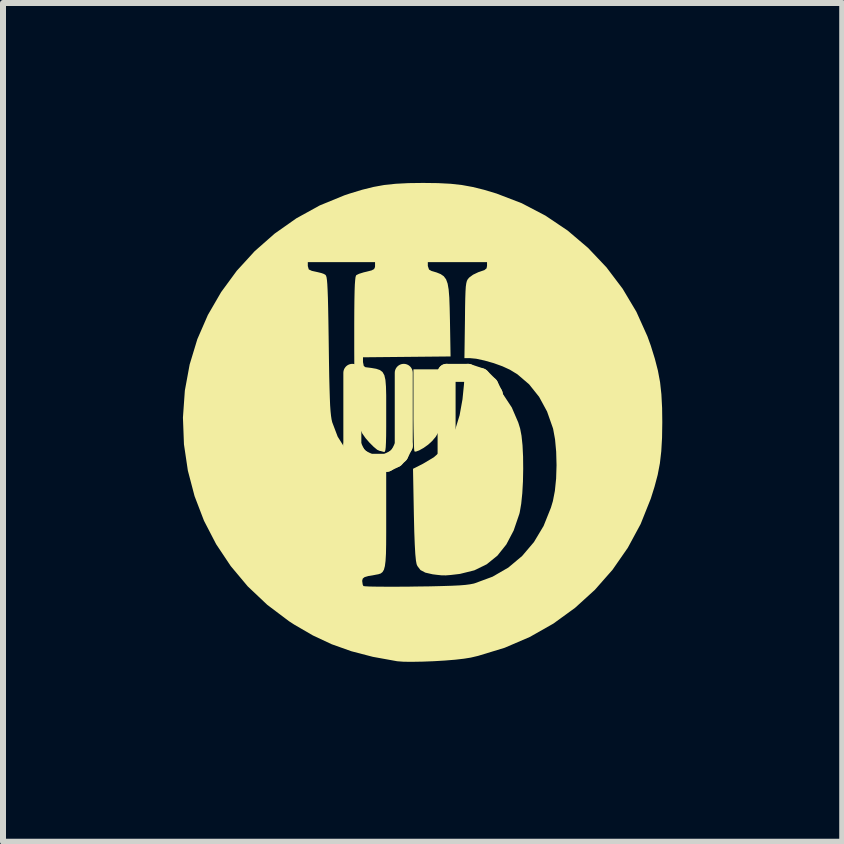
<source format=kicad_pcb>
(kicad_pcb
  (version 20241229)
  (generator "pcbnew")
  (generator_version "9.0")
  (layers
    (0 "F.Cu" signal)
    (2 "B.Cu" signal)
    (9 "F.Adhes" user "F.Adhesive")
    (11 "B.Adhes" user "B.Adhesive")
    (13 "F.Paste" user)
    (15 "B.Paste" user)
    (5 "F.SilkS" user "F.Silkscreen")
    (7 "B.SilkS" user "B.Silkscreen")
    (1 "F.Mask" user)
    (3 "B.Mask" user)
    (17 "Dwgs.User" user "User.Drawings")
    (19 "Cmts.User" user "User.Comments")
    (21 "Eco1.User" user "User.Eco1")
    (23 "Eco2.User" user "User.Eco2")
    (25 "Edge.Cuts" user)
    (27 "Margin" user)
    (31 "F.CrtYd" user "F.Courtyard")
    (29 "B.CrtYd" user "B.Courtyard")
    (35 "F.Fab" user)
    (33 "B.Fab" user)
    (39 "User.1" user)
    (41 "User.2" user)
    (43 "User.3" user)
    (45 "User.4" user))
  (footprint "UD"
    (layer "F.Cu")
    (at 4.003 3.988)
    (property "Reference" "UD" (at 0 0 0) (layer "F.SilkS") (effects (font (size 1.5 1.5) (thickness 0.3))))
    (attr board_only exclude_from_pos_files exclude_from_bom)
    (fp_poly (pts (xy 0.445 -0.594) (xy 0.418 -0.323) (xy 0.372 -0.096) (xy 0.303 0.091) (xy 0.211 0.245) (xy 0.151 0.316) (xy 0.084 0.377) (xy 0.007 0.431) (xy -0.066 0.472) (xy -0.121 0.492) (xy -0.143 0.488) (xy -0.148 0.458) (xy -0.152 0.382) (xy -0.155 0.267) (xy -0.158 0.12) (xy -0.16 -0.05) (xy -0.16 -0.205) (xy -0.16 -0.88) (xy 0.151 -0.88) (xy 0.462 -0.88)) (stroke (width 0) (type solid)) (fill yes) (layer "F.SilkS"))
    (fp_poly (pts (xy 0.846 -0.808) (xy 0.96 -0.754) (xy 0.976 -0.746) (xy 1.173 -0.622) (xy 1.341 -0.455) (xy 1.48 -0.244) (xy 1.588 0.007) (xy 1.619 0.107) (xy 1.642 0.227) (xy 1.659 0.388) (xy 1.668 0.577) (xy 1.67 0.781) (xy 1.666 0.988) (xy 1.655 1.185) (xy 1.637 1.36) (xy 1.613 1.5) (xy 1.606 1.529) (xy 1.511 1.807) (xy 1.389 2.039) (xy 1.24 2.226) (xy 1.062 2.37) (xy 0.855 2.471) (xy 0.617 2.53) (xy 0.586 2.534) (xy 0.467 2.548) (xy 0.38 2.555) (xy 0.306 2.554) (xy 0.223 2.545) (xy 0.16 2.537) (xy 0.038 2.509) (xy -0.043 2.466) (xy -0.094 2.399) (xy -0.107 2.368) (xy -0.118 2.309) (xy -0.129 2.198) (xy -0.138 2.037) (xy -0.146 1.828) (xy -0.152 1.573) (xy -0.153 1.53) (xy -0.167 0.778) (xy -0.001 0.694) (xy 0.18 0.586) (xy 0.329 0.455) (xy 0.448 0.298) (xy 0.541 0.11) (xy 0.61 -0.115) (xy 0.658 -0.381) (xy 0.682 -0.621) (xy 0.69 -0.732) (xy 0.702 -0.802) (xy 0.725 -0.836) (xy 0.77 -0.836)) (stroke (width 0) (type solid)) (fill yes) (layer "F.SilkS"))
    (fp_poly (pts (xy 0.249 -3.985) (xy 0.461 -3.974) (xy 0.65 -3.953) (xy 0.831 -3.92) (xy 1.02 -3.873) (xy 1.226 -3.811) (xy 1.645 -3.65) (xy 2.041 -3.443) (xy 2.411 -3.194) (xy 2.751 -2.905) (xy 3.058 -2.581) (xy 3.328 -2.224) (xy 3.557 -1.84) (xy 3.741 -1.431) (xy 3.797 -1.276) (xy 3.865 -1.057) (xy 3.916 -0.859) (xy 3.952 -0.666) (xy 3.974 -0.464) (xy 3.986 -0.236) (xy 3.989 0) (xy 3.985 0.262) (xy 3.972 0.486) (xy 3.949 0.687) (xy 3.912 0.88) (xy 3.859 1.079) (xy 3.797 1.276) (xy 3.628 1.699) (xy 3.414 2.095) (xy 3.159 2.462) (xy 2.865 2.796) (xy 2.535 3.096) (xy 2.173 3.359) (xy 1.78 3.582) (xy 1.361 3.762) (xy 0.918 3.897) (xy 0.795 3.926) (xy 0.683 3.944) (xy 0.535 3.961) (xy 0.363 3.975) (xy 0.178 3.986) (xy -0.005 3.993) (xy -0.176 3.996) (xy -0.32 3.995) (xy -0.427 3.987) (xy -0.44 3.985) (xy -0.837 3.913) (xy -1.194 3.82) (xy -1.523 3.703) (xy -1.837 3.556) (xy -2.147 3.376) (xy -2.235 3.319) (xy -2.597 3.046) (xy -2.922 2.739) (xy -3.206 2.4) (xy -3.45 2.034) (xy -3.652 1.644) (xy -3.809 1.234) (xy -3.921 0.808) (xy -3.986 0.37) (xy -4.003 -0.076) (xy -3.971 -0.527) (xy -3.891 -0.961) (xy -3.763 -1.383) (xy -3.587 -1.787) (xy -3.366 -2.168) (xy -3.105 -2.524) (xy -2.973 -2.668) (xy -1.921 -2.668) (xy -1.921 -2.602) (xy -1.905 -2.546) (xy -1.854 -2.522) (xy -1.754 -2.5) (xy -1.693 -2.485) (xy -1.654 -2.471) (xy -1.628 -2.456) (xy -1.618 -2.443) (xy -1.609 -2.416) (xy -1.602 -2.37) (xy -1.596 -2.3) (xy -1.591 -2.201) (xy -1.586 -2.07) (xy -1.582 -1.902) (xy -1.578 -1.692) (xy -1.574 -1.435) (xy -1.572 -1.288) (xy -1.568 -1.001) (xy -1.564 -0.761) (xy -1.559 -0.565) (xy -1.554 -0.406) (xy -1.549 -0.28) (xy -1.542 -0.181) (xy -1.534 -0.105) (xy -1.525 -0.046) (xy -1.514 0.002) (xy -1.512 0.007) (xy -1.423 0.242) (xy -1.304 0.432) (xy -1.154 0.58) (xy -0.971 0.687) (xy -0.759 0.752) (xy -0.614 0.781) (xy -0.614 1.599) (xy -0.614 1.844) (xy -0.615 2.041) (xy -0.618 2.196) (xy -0.625 2.314) (xy -0.636 2.4) (xy -0.652 2.46) (xy -0.675 2.499) (xy -0.705 2.523) (xy -0.744 2.536) (xy -0.793 2.545) (xy -0.807 2.548) (xy -0.912 2.566) (xy -0.974 2.584) (xy -1.004 2.607) (xy -1.014 2.641) (xy -1.014 2.652) (xy -1.006 2.708) (xy -0.994 2.733) (xy -0.963 2.737) (xy -0.886 2.741) (xy -0.768 2.743) (xy -0.617 2.744) (xy -0.438 2.744) (xy -0.239 2.743) (xy -0.133 2.741) (xy 0.116 2.738) (xy 0.318 2.733) (xy 0.479 2.728) (xy 0.606 2.722) (xy 0.705 2.714) (xy 0.782 2.704) (xy 0.844 2.692) (xy 0.867 2.685) (xy 1.159 2.577) (xy 1.422 2.425) (xy 1.652 2.232) (xy 1.849 2) (xy 2.01 1.731) (xy 2.132 1.427) (xy 2.165 1.317) (xy 2.198 1.147) (xy 2.219 0.941) (xy 2.226 0.718) (xy 2.22 0.494) (xy 2.201 0.287) (xy 2.169 0.112) (xy 2.165 0.099) (xy 2.068 -0.177) (xy 1.935 -0.422) (xy 1.769 -0.63) (xy 1.574 -0.797) (xy 1.448 -0.874) (xy 1.324 -0.931) (xy 1.177 -0.984) (xy 1.025 -1.027) (xy 0.886 -1.057) (xy 0.781 -1.067) (xy 0.69 -1.067) (xy 0.699 -1.705) (xy 0.701 -1.906) (xy 0.704 -2.061) (xy 0.708 -2.176) (xy 0.713 -2.258) (xy 0.721 -2.315) (xy 0.731 -2.354) (xy 0.745 -2.381) (xy 0.763 -2.403) (xy 0.769 -2.41) (xy 0.834 -2.458) (xy 0.922 -2.5) (xy 0.949 -2.509) (xy 1.024 -2.535) (xy 1.059 -2.564) (xy 1.067 -2.605) (xy 1.067 -2.668) (xy 0.574 -2.668) (xy 0.08 -2.668) (xy 0.08 -2.603) (xy 0.1 -2.544) (xy 0.14 -2.521) (xy 0.227 -2.495) (xy 0.294 -2.468) (xy 0.346 -2.432) (xy 0.384 -2.381) (xy 0.41 -2.31) (xy 0.427 -2.211) (xy 0.438 -2.077) (xy 0.444 -1.903) (xy 0.449 -1.688) (xy 0.459 -1.095) (xy -0.271 -1.088) (xy -1.001 -1.081) (xy -1.001 -1.001) (xy -0.988 -0.937) (xy -0.961 -0.916) (xy -0.858 -0.903) (xy -0.779 -0.889) (xy -0.718 -0.868) (xy -0.675 -0.835) (xy -0.645 -0.782) (xy -0.627 -0.704) (xy -0.618 -0.594) (xy -0.614 -0.447) (xy -0.614 -0.256) (xy -0.614 -0.131) (xy -0.614 0.072) (xy -0.615 0.227) (xy -0.618 0.34) (xy -0.622 0.418) (xy -0.628 0.467) (xy -0.636 0.491) (xy -0.648 0.498) (xy -0.656 0.496) (xy -0.707 0.482) (xy -0.722 0.48) (xy -0.764 0.461) (xy -0.825 0.41) (xy -0.894 0.341) (xy -0.959 0.266) (xy -1.009 0.195) (xy -1.018 0.179) (xy -1.048 0.115) (xy -1.073 0.048) (xy -1.094 -0.027) (xy -1.11 -0.115) (xy -1.123 -0.223) (xy -1.132 -0.354) (xy -1.139 -0.516) (xy -1.143 -0.713) (xy -1.146 -0.95) (xy -1.147 -1.233) (xy -1.147 -1.351) (xy -1.147 -1.629) (xy -1.146 -1.858) (xy -1.144 -2.042) (xy -1.141 -2.186) (xy -1.137 -2.294) (xy -1.131 -2.371) (xy -1.125 -2.42) (xy -1.116 -2.445) (xy -1.112 -2.451) (xy -1.067 -2.473) (xy -0.99 -2.497) (xy -0.939 -2.509) (xy -0.857 -2.53) (xy -0.816 -2.552) (xy -0.801 -2.585) (xy -0.8 -2.604) (xy -0.8 -2.668) (xy -1.361 -2.668) (xy -1.921 -2.668) (xy -2.973 -2.668) (xy -2.807 -2.85) (xy -2.474 -3.143) (xy -2.112 -3.398) (xy -1.722 -3.613) (xy -1.31 -3.782) (xy -1.226 -3.81) (xy -1.016 -3.874) (xy -0.827 -3.921) (xy -0.646 -3.954) (xy -0.456 -3.974) (xy -0.243 -3.985) (xy 0 -3.988)) (stroke (width 0) (type solid)) (fill yes) (layer "F.SilkS")))
  (gr_rect
    (start -3 -3)
    (end 10.992 10.984)
    (stroke (width 0.1) (type default))
    (fill no)
    (layer "Edge.Cuts")))
</source>
